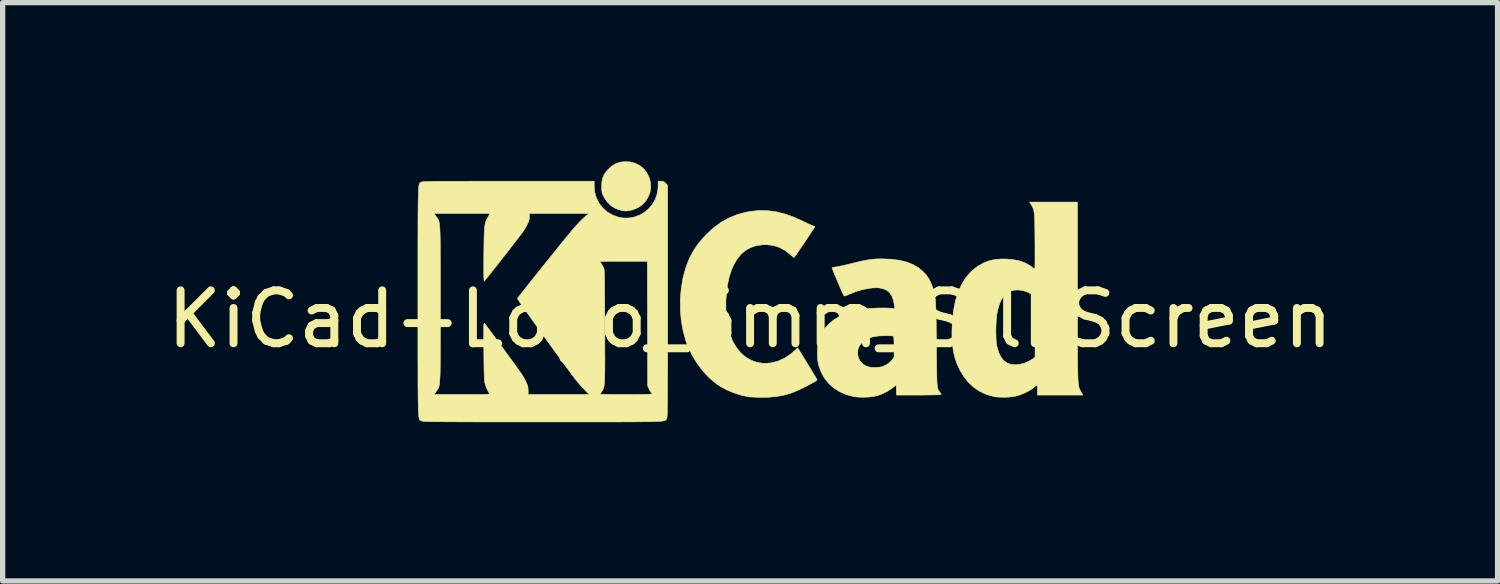
<source format=kicad_pcb>
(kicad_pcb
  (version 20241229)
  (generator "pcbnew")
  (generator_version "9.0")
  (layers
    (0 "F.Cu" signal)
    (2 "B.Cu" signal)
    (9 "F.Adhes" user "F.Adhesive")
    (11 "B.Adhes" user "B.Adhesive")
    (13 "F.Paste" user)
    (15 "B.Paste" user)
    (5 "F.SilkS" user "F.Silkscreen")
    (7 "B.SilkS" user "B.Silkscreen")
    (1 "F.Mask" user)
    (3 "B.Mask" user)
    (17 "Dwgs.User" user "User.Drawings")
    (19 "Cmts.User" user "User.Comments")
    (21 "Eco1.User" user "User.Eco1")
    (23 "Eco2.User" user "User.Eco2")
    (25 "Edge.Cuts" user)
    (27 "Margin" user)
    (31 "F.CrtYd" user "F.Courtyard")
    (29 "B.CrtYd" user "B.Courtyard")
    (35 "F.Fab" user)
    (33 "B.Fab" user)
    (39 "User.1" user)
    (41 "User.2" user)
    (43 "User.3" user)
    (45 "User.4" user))
  (footprint "KiCad-Logo_5mm_SilkScreen"
    (layer "F.Cu")
    (at 11.125 2.982)
    (property "Reference" "KiCad-Logo_5mm_SilkScreen" (at 0 0 0) (layer "F.SilkS") (effects (font (size 1 1) (thickness 0.15))))
    (attr exclude_from_pos_files exclude_from_bom)
    (fp_poly (pts (xy -2.273 -2.973) (xy -2.177 -2.949) (xy -2.09 -2.906) (xy -2.015 -2.847) (xy -1.954 -2.772) (xy -1.909 -2.683) (xy -1.883 -2.586) (xy -1.877 -2.489) (xy -1.892 -2.395) (xy -1.926 -2.307) (xy -1.977 -2.228) (xy -2.042 -2.16) (xy -2.121 -2.106) (xy -2.212 -2.068) (xy -2.263 -2.056) (xy -2.308 -2.048) (xy -2.342 -2.045) (xy -2.375 -2.047) (xy -2.415 -2.054) (xy -2.449 -2.061) (xy -2.542 -2.092) (xy -2.626 -2.143) (xy -2.698 -2.213) (xy -2.756 -2.298) (xy -2.77 -2.326) (xy -2.787 -2.362) (xy -2.797 -2.392) (xy -2.802 -2.425) (xy -2.805 -2.466) (xy -2.805 -2.512) (xy -2.801 -2.596) (xy -2.787 -2.665) (xy -2.762 -2.726) (xy -2.723 -2.784) (xy -2.684 -2.829) (xy -2.612 -2.895) (xy -2.537 -2.94) (xy -2.455 -2.967) (xy -2.377 -2.977) (xy -2.273 -2.973)) (stroke (width 0.01) (type solid)) (fill yes) (layer "F.SilkS"))
    (fp_poly (pts (xy 0.328 -2.051) (xy 0.489 -2.03) (xy 0.653 -1.99) (xy 0.822 -1.93) (xy 1 -1.851) (xy 1.011 -1.845) (xy 1.069 -1.817) (xy 1.121 -1.793) (xy 1.162 -1.775) (xy 1.19 -1.764) (xy 1.2 -1.761) (xy 1.219 -1.756) (xy 1.224 -1.752) (xy 1.218 -1.741) (xy 1.202 -1.715) (xy 1.177 -1.676) (xy 1.145 -1.626) (xy 1.107 -1.569) (xy 1.066 -1.507) (xy 1.023 -1.442) (xy 0.98 -1.379) (xy 0.939 -1.319) (xy 0.902 -1.265) (xy 0.871 -1.22) (xy 0.847 -1.186) (xy 0.832 -1.167) (xy 0.83 -1.165) (xy 0.82 -1.17) (xy 0.798 -1.187) (xy 0.767 -1.214) (xy 0.752 -1.228) (xy 0.655 -1.303) (xy 0.548 -1.359) (xy 0.433 -1.394) (xy 0.31 -1.408) (xy 0.241 -1.407) (xy 0.119 -1.39) (xy 0.01 -1.354) (xy -0.087 -1.299) (xy -0.174 -1.225) (xy -0.249 -1.131) (xy -0.314 -1.018) (xy -0.351 -0.931) (xy -0.395 -0.796) (xy -0.428 -0.648) (xy -0.448 -0.493) (xy -0.458 -0.333) (xy -0.456 -0.173) (xy -0.443 -0.016) (xy -0.419 0.133) (xy -0.384 0.271) (xy -0.338 0.395) (xy -0.322 0.429) (xy -0.253 0.543) (xy -0.173 0.64) (xy -0.081 0.718) (xy 0.02 0.777) (xy 0.13 0.816) (xy 0.247 0.834) (xy 0.289 0.835) (xy 0.41 0.824) (xy 0.531 0.791) (xy 0.649 0.737) (xy 0.762 0.663) (xy 0.854 0.585) (xy 0.9 0.54) (xy 1.081 0.837) (xy 1.127 0.911) (xy 1.168 0.98) (xy 1.204 1.039) (xy 1.233 1.088) (xy 1.254 1.124) (xy 1.265 1.144) (xy 1.266 1.147) (xy 1.258 1.157) (xy 1.233 1.174) (xy 1.193 1.197) (xy 1.142 1.225) (xy 1.084 1.255) (xy 1.021 1.287) (xy 0.958 1.318) (xy 0.896 1.346) (xy 0.839 1.371) (xy 0.791 1.391) (xy 0.768 1.399) (xy 0.634 1.437) (xy 0.496 1.462) (xy 0.349 1.475) (xy 0.222 1.477) (xy 0.154 1.476) (xy 0.088 1.474) (xy 0.031 1.471) (xy -0.013 1.468) (xy -0.027 1.466) (xy -0.166 1.438) (xy -0.307 1.392) (xy -0.445 1.334) (xy -0.572 1.264) (xy -0.649 1.211) (xy -0.777 1.103) (xy -0.895 0.977) (xy -1.002 0.835) (xy -1.095 0.681) (xy -1.173 0.518) (xy -1.217 0.401) (xy -1.267 0.217) (xy -1.301 0.023) (xy -1.318 -0.179) (xy -1.318 -0.382) (xy -1.301 -0.584) (xy -1.268 -0.781) (xy -1.217 -0.967) (xy -1.214 -0.978) (xy -1.151 -1.14) (xy -1.074 -1.288) (xy -0.981 -1.426) (xy -0.868 -1.558) (xy -0.825 -1.604) (xy -0.688 -1.728) (xy -0.549 -1.83) (xy -0.403 -1.912) (xy -0.249 -1.975) (xy -0.084 -2.02) (xy 0.011 -2.038) (xy 0.17 -2.054) (xy 0.328 -2.051)) (stroke (width 0.01) (type solid)) (fill yes) (layer "F.SilkS"))
    (fp_poly (pts (xy 6.187 -0.528) (xy 6.187 -0.293) (xy 6.187 -0.08) (xy 6.187 0.112) (xy 6.187 0.285) (xy 6.187 0.441) (xy 6.188 0.579) (xy 6.188 0.701) (xy 6.189 0.808) (xy 6.19 0.901) (xy 6.192 0.982) (xy 6.194 1.051) (xy 6.196 1.11) (xy 6.198 1.159) (xy 6.202 1.2) (xy 6.205 1.234) (xy 6.21 1.262) (xy 6.214 1.285) (xy 6.22 1.304) (xy 6.226 1.321) (xy 6.233 1.335) (xy 6.24 1.349) (xy 6.249 1.364) (xy 6.254 1.373) (xy 6.288 1.434) (xy 5.43 1.434) (xy 5.43 1.338) (xy 5.429 1.294) (xy 5.427 1.261) (xy 5.424 1.243) (xy 5.423 1.242) (xy 5.412 1.249) (xy 5.389 1.267) (xy 5.366 1.286) (xy 5.312 1.327) (xy 5.242 1.368) (xy 5.165 1.405) (xy 5.088 1.435) (xy 5.057 1.445) (xy 4.989 1.46) (xy 4.906 1.47) (xy 4.816 1.475) (xy 4.728 1.474) (xy 4.649 1.469) (xy 4.612 1.463) (xy 4.473 1.425) (xy 4.346 1.367) (xy 4.23 1.29) (xy 4.127 1.195) (xy 4.036 1.081) (xy 3.969 0.97) (xy 3.914 0.854) (xy 3.872 0.734) (xy 3.842 0.608) (xy 3.823 0.472) (xy 3.815 0.32) (xy 3.814 0.243) (xy 3.816 0.186) (xy 4.645 0.186) (xy 4.645 0.279) (xy 4.648 0.367) (xy 4.654 0.444) (xy 4.662 0.505) (xy 4.665 0.517) (xy 4.697 0.625) (xy 4.738 0.712) (xy 4.79 0.779) (xy 4.853 0.826) (xy 4.926 0.853) (xy 5.011 0.862) (xy 5.107 0.851) (xy 5.17 0.835) (xy 5.219 0.817) (xy 5.274 0.791) (xy 5.314 0.767) (xy 5.385 0.721) (xy 5.385 -0.429) (xy 5.317 -0.473) (xy 5.239 -0.514) (xy 5.155 -0.541) (xy 5.07 -0.553) (xy 4.988 -0.549) (xy 4.915 -0.53) (xy 4.883 -0.515) (xy 4.826 -0.472) (xy 4.777 -0.415) (xy 4.735 -0.342) (xy 4.701 -0.252) (xy 4.672 -0.141) (xy 4.671 -0.135) (xy 4.66 -0.073) (xy 4.653 0.005) (xy 4.648 0.093) (xy 4.645 0.186) (xy 3.816 0.186) (xy 3.822 0.03) (xy 3.844 -0.166) (xy 3.88 -0.345) (xy 3.93 -0.506) (xy 3.994 -0.65) (xy 4.071 -0.777) (xy 4.163 -0.886) (xy 4.268 -0.977) (xy 4.314 -1.008) (xy 4.415 -1.064) (xy 4.518 -1.104) (xy 4.628 -1.128) (xy 4.749 -1.138) (xy 4.842 -1.137) (xy 4.971 -1.126) (xy 5.084 -1.104) (xy 5.183 -1.07) (xy 5.271 -1.024) (xy 5.32 -0.99) (xy 5.349 -0.968) (xy 5.371 -0.953) (xy 5.379 -0.948) (xy 5.381 -0.959) (xy 5.382 -0.99) (xy 5.383 -1.037) (xy 5.384 -1.1) (xy 5.384 -1.173) (xy 5.384 -1.256) (xy 5.384 -1.344) (xy 5.384 -1.436) (xy 5.383 -1.528) (xy 5.382 -1.618) (xy 5.381 -1.704) (xy 5.38 -1.781) (xy 5.379 -1.848) (xy 5.377 -1.902) (xy 5.375 -1.94) (xy 5.375 -1.947) (xy 5.367 -2.018) (xy 5.356 -2.073) (xy 5.338 -2.12) (xy 5.312 -2.166) (xy 5.305 -2.176) (xy 5.281 -2.213) (xy 6.186 -2.213) (xy 6.187 -0.528)) (stroke (width 0.01) (type solid)) (fill yes) (layer "F.SilkS"))
    (fp_poly (pts (xy 2.674 -1.133) (xy 2.825 -1.113) (xy 2.961 -1.08) (xy 3.08 -1.032) (xy 3.185 -0.971) (xy 3.262 -0.907) (xy 3.331 -0.833) (xy 3.385 -0.753) (xy 3.428 -0.661) (xy 3.443 -0.618) (xy 3.456 -0.579) (xy 3.467 -0.543) (xy 3.477 -0.508) (xy 3.485 -0.472) (xy 3.492 -0.433) (xy 3.498 -0.39) (xy 3.503 -0.34) (xy 3.507 -0.283) (xy 3.51 -0.215) (xy 3.513 -0.136) (xy 3.515 -0.043) (xy 3.517 0.066) (xy 3.518 0.192) (xy 3.52 0.337) (xy 3.521 0.48) (xy 3.522 0.636) (xy 3.524 0.771) (xy 3.525 0.887) (xy 3.526 0.986) (xy 3.528 1.068) (xy 3.53 1.136) (xy 3.532 1.192) (xy 3.535 1.236) (xy 3.539 1.271) (xy 3.544 1.299) (xy 3.55 1.321) (xy 3.557 1.338) (xy 3.565 1.352) (xy 3.574 1.366) (xy 3.585 1.38) (xy 3.59 1.385) (xy 3.605 1.408) (xy 3.612 1.423) (xy 3.612 1.424) (xy 3.602 1.426) (xy 3.571 1.428) (xy 3.522 1.43) (xy 3.458 1.431) (xy 3.382 1.433) (xy 3.295 1.433) (xy 3.2 1.434) (xy 3.19 1.434) (xy 2.767 1.434) (xy 2.763 1.338) (xy 2.76 1.242) (xy 2.698 1.293) (xy 2.601 1.36) (xy 2.491 1.415) (xy 2.404 1.445) (xy 2.335 1.46) (xy 2.252 1.47) (xy 2.162 1.475) (xy 2.074 1.474) (xy 1.995 1.468) (xy 1.959 1.463) (xy 1.819 1.425) (xy 1.692 1.37) (xy 1.58 1.299) (xy 1.484 1.213) (xy 1.404 1.112) (xy 1.341 0.997) (xy 1.296 0.871) (xy 1.284 0.814) (xy 1.276 0.752) (xy 1.273 0.677) (xy 1.272 0.643) (xy 1.272 0.64) (xy 2.032 0.64) (xy 2.042 0.715) (xy 2.07 0.779) (xy 2.118 0.835) (xy 2.123 0.839) (xy 2.172 0.874) (xy 2.223 0.897) (xy 2.284 0.909) (xy 2.359 0.911) (xy 2.377 0.911) (xy 2.431 0.908) (xy 2.471 0.903) (xy 2.506 0.893) (xy 2.545 0.876) (xy 2.556 0.871) (xy 2.616 0.835) (xy 2.663 0.792) (xy 2.676 0.777) (xy 2.721 0.72) (xy 2.721 0.525) (xy 2.72 0.446) (xy 2.718 0.388) (xy 2.715 0.349) (xy 2.711 0.327) (xy 2.707 0.32) (xy 2.691 0.317) (xy 2.657 0.314) (xy 2.61 0.313) (xy 2.555 0.312) (xy 2.546 0.312) (xy 2.425 0.317) (xy 2.323 0.333) (xy 2.236 0.361) (xy 2.164 0.401) (xy 2.109 0.448) (xy 2.064 0.506) (xy 2.039 0.569) (xy 2.032 0.64) (xy 1.272 0.64) (xy 1.274 0.55) (xy 1.283 0.471) (xy 1.299 0.4) (xy 1.324 0.329) (xy 1.348 0.276) (xy 1.407 0.181) (xy 1.485 0.093) (xy 1.58 0.014) (xy 1.69 -0.055) (xy 1.813 -0.111) (xy 1.945 -0.154) (xy 2.009 -0.169) (xy 2.146 -0.191) (xy 2.294 -0.206) (xy 2.446 -0.212) (xy 2.572 -0.211) (xy 2.734 -0.204) (xy 2.727 -0.263) (xy 2.707 -0.362) (xy 2.676 -0.443) (xy 2.632 -0.506) (xy 2.575 -0.551) (xy 2.503 -0.58) (xy 2.416 -0.594) (xy 2.313 -0.591) (xy 2.275 -0.587) (xy 2.134 -0.562) (xy 1.997 -0.521) (xy 1.902 -0.483) (xy 1.857 -0.464) (xy 1.819 -0.448) (xy 1.792 -0.439) (xy 1.785 -0.437) (xy 1.775 -0.446) (xy 1.758 -0.475) (xy 1.734 -0.524) (xy 1.703 -0.594) (xy 1.665 -0.684) (xy 1.658 -0.7) (xy 1.628 -0.772) (xy 1.601 -0.838) (xy 1.578 -0.893) (xy 1.561 -0.936) (xy 1.55 -0.963) (xy 1.547 -0.972) (xy 1.557 -0.977) (xy 1.583 -0.982) (xy 1.611 -0.986) (xy 1.642 -0.991) (xy 1.689 -1) (xy 1.751 -1.013) (xy 1.821 -1.029) (xy 1.896 -1.047) (xy 1.925 -1.054) (xy 2.03 -1.08) (xy 2.117 -1.1) (xy 2.192 -1.115) (xy 2.258 -1.126) (xy 2.319 -1.133) (xy 2.381 -1.138) (xy 2.446 -1.14) (xy 2.504 -1.14) (xy 2.674 -1.133)) (stroke (width 0.01) (type solid)) (fill yes) (layer "F.SilkS"))
    (fp_poly (pts (xy -2.946 -2.511) (xy -2.936 -2.397) (xy -2.904 -2.289) (xy -2.853 -2.19) (xy -2.784 -2.102) (xy -2.699 -2.027) (xy -2.602 -1.97) (xy -2.496 -1.93) (xy -2.389 -1.911) (xy -2.283 -1.913) (xy -2.181 -1.932) (xy -2.085 -1.969) (xy -1.996 -2.021) (xy -1.917 -2.087) (xy -1.849 -2.167) (xy -1.796 -2.258) (xy -1.759 -2.359) (xy -1.74 -2.47) (xy -1.738 -2.52) (xy -1.738 -2.608) (xy -1.687 -2.608) (xy -1.65 -2.605) (xy -1.623 -2.593) (xy -1.596 -2.569) (xy -1.558 -2.531) (xy -1.558 -0.339) (xy -1.558 -0.077) (xy -1.558 0.163) (xy -1.558 0.383) (xy -1.558 0.583) (xy -1.558 0.764) (xy -1.558 0.928) (xy -1.559 1.074) (xy -1.559 1.205) (xy -1.559 1.32) (xy -1.56 1.421) (xy -1.561 1.509) (xy -1.561 1.585) (xy -1.562 1.65) (xy -1.563 1.704) (xy -1.564 1.749) (xy -1.565 1.786) (xy -1.567 1.815) (xy -1.568 1.837) (xy -1.57 1.854) (xy -1.572 1.866) (xy -1.574 1.874) (xy -1.576 1.88) (xy -1.577 1.882) (xy -1.581 1.889) (xy -1.585 1.895) (xy -1.589 1.901) (xy -1.594 1.906) (xy -1.601 1.911) (xy -1.611 1.916) (xy -1.625 1.92) (xy -1.645 1.923) (xy -1.669 1.926) (xy -1.701 1.929) (xy -1.741 1.931) (xy -1.789 1.934) (xy -1.846 1.935) (xy -1.914 1.937) (xy -1.994 1.938) (xy -2.085 1.939) (xy -2.19 1.94) (xy -2.309 1.94) (xy -2.443 1.941) (xy -2.593 1.941) (xy -2.76 1.941) (xy -2.945 1.942) (xy -3.149 1.942) (xy -3.372 1.942) (xy -3.616 1.941) (xy -3.881 1.941) (xy -3.92 1.941) (xy -4.187 1.941) (xy -4.432 1.941) (xy -4.657 1.941) (xy -4.861 1.941) (xy -5.047 1.941) (xy -5.215 1.941) (xy -5.366 1.94) (xy -5.501 1.94) (xy -5.62 1.939) (xy -5.725 1.939) (xy -5.817 1.938) (xy -5.896 1.938) (xy -5.964 1.937) (xy -6.021 1.936) (xy -6.069 1.935) (xy -6.107 1.933) (xy -6.138 1.932) (xy -6.162 1.931) (xy -6.18 1.929) (xy -6.192 1.927) (xy -6.201 1.925) (xy -6.205 1.923) (xy -6.214 1.92) (xy -6.221 1.917) (xy -6.229 1.915) (xy -6.235 1.911) (xy -6.241 1.906) (xy -6.246 1.897) (xy -6.251 1.885) (xy -6.255 1.869) (xy -6.259 1.846) (xy -6.262 1.818) (xy -6.265 1.781) (xy -6.268 1.737) (xy -6.27 1.683) (xy -6.271 1.618) (xy -6.273 1.543) (xy -6.274 1.455) (xy -6.275 1.354) (xy -6.276 1.239) (xy -6.276 1.11) (xy -6.276 0.964) (xy -6.277 0.802) (xy -6.277 0.621) (xy -6.277 0.422) (xy -6.277 0.204) (xy -6.277 -0.035) (xy -6.277 -0.296) (xy -6.277 -0.338) (xy -6.277 -0.601) (xy -6.277 -0.842) (xy -6.277 -1.063) (xy -6.277 -1.264) (xy -6.277 -1.446) (xy -6.276 -1.61) (xy -6.276 -1.757) (xy -6.276 -1.888) (xy -6.275 -1.998) (xy -5.972 -1.998) (xy -5.932 -1.94) (xy -5.921 -1.925) (xy -5.911 -1.911) (xy -5.902 -1.897) (xy -5.894 -1.883) (xy -5.887 -1.868) (xy -5.881 -1.849) (xy -5.875 -1.826) (xy -5.871 -1.798) (xy -5.867 -1.764) (xy -5.863 -1.722) (xy -5.861 -1.67) (xy -5.858 -1.609) (xy -5.857 -1.537) (xy -5.855 -1.452) (xy -5.855 -1.354) (xy -5.854 -1.24) (xy -5.853 -1.111) (xy -5.853 -0.965) (xy -5.853 -0.8) (xy -5.853 -0.616) (xy -5.853 -0.41) (xy -5.853 -0.288) (xy -5.853 -0.071) (xy -5.853 0.125) (xy -5.853 0.3) (xy -5.853 0.456) (xy -5.854 0.595) (xy -5.854 0.717) (xy -5.855 0.823) (xy -5.856 0.915) (xy -5.857 0.994) (xy -5.859 1.062) (xy -5.862 1.118) (xy -5.865 1.165) (xy -5.868 1.204) (xy -5.872 1.235) (xy -5.877 1.261) (xy -5.883 1.282) (xy -5.89 1.299) (xy -5.897 1.314) (xy -5.906 1.327) (xy -5.915 1.341) (xy -5.925 1.356) (xy -5.932 1.365) (xy -5.97 1.422) (xy -5.439 1.422) (xy -5.315 1.422) (xy -5.213 1.422) (xy -5.129 1.422) (xy -5.063 1.421) (xy -5.012 1.42) (xy -4.974 1.419) (xy -4.948 1.417) (xy -4.932 1.415) (xy -4.923 1.412) (xy -4.921 1.408) (xy -4.923 1.404) (xy -4.925 1.403) (xy -4.95 1.366) (xy -4.976 1.313) (xy -4.999 1.251) (xy -5.007 1.224) (xy -5.012 1.206) (xy -5.016 1.185) (xy -5.019 1.159) (xy -5.022 1.126) (xy -5.024 1.083) (xy -5.026 1.028) (xy -5.028 0.96) (xy -5.029 0.877) (xy -5.03 0.775) (xy -5.031 0.654) (xy -5.032 0.61) (xy -5.033 0.484) (xy -5.033 0.38) (xy -5.034 0.295) (xy -5.034 0.227) (xy -5.034 0.174) (xy -5.033 0.135) (xy -5.031 0.107) (xy -5.029 0.09) (xy -5.027 0.081) (xy -5.023 0.078) (xy -5.019 0.08) (xy -5.015 0.085) (xy -5.004 0.098) (xy -4.982 0.127) (xy -4.95 0.17) (xy -4.909 0.225) (xy -4.861 0.289) (xy -4.808 0.362) (xy -4.751 0.44) (xy -4.691 0.521) (xy -4.631 0.603) (xy -4.572 0.685) (xy -4.514 0.763) (xy -4.461 0.836) (xy -4.413 0.902) (xy -4.373 0.959) (xy -4.341 1.004) (xy -4.318 1.035) (xy -4.314 1.041) (xy -4.291 1.078) (xy -4.264 1.126) (xy -4.239 1.176) (xy -4.236 1.183) (xy -4.214 1.231) (xy -4.201 1.268) (xy -4.196 1.304) (xy -4.194 1.346) (xy -4.195 1.422) (xy -3.041 1.422) (xy -3.132 1.329) (xy -3.179 1.279) (xy -3.229 1.222) (xy -3.275 1.168) (xy -3.295 1.143) (xy -3.326 1.103) (xy -3.366 1.05) (xy -3.414 0.985) (xy -3.47 0.909) (xy -3.532 0.825) (xy -3.599 0.733) (xy -3.669 0.636) (xy -3.743 0.535) (xy -3.817 0.432) (xy -3.892 0.328) (xy -3.966 0.225) (xy -4.038 0.125) (xy -4.106 0.029) (xy -4.17 -0.061) (xy -4.229 -0.144) (xy -4.28 -0.218) (xy -4.324 -0.28) (xy -4.359 -0.33) (xy -4.383 -0.367) (xy -4.396 -0.387) (xy -4.398 -0.391) (xy -4.39 -0.403) (xy -4.369 -0.43) (xy -4.337 -0.471) (xy -4.294 -0.525) (xy -4.243 -0.589) (xy -4.185 -0.663) (xy -4.12 -0.744) (xy -4.051 -0.831) (xy -3.979 -0.921) (xy -3.904 -1.014) (xy -3.845 -1.088) (xy -2.834 -1.088) (xy -2.828 -1.075) (xy -2.813 -1.053) (xy -2.812 -1.052) (xy -2.793 -1.021) (xy -2.774 -0.985) (xy -2.77 -0.976) (xy -2.766 -0.968) (xy -2.763 -0.958) (xy -2.76 -0.945) (xy -2.758 -0.927) (xy -2.756 -0.904) (xy -2.754 -0.873) (xy -2.753 -0.833) (xy -2.751 -0.784) (xy -2.75 -0.723) (xy -2.749 -0.649) (xy -2.749 -0.561) (xy -2.748 -0.457) (xy -2.747 -0.337) (xy -2.747 -0.198) (xy -2.746 -0.039) (xy -2.746 0.14) (xy -2.745 0.325) (xy -2.745 0.489) (xy -2.745 0.633) (xy -2.744 0.759) (xy -2.745 0.868) (xy -2.745 0.961) (xy -2.747 1.04) (xy -2.748 1.106) (xy -2.75 1.161) (xy -2.753 1.206) (xy -2.757 1.242) (xy -2.761 1.271) (xy -2.766 1.295) (xy -2.772 1.313) (xy -2.779 1.329) (xy -2.787 1.344) (xy -2.797 1.358) (xy -2.805 1.37) (xy -2.822 1.396) (xy -2.832 1.414) (xy -2.834 1.417) (xy -2.823 1.418) (xy -2.791 1.419) (xy -2.742 1.42) (xy -2.677 1.421) (xy -2.599 1.422) (xy -2.51 1.422) (xy -2.411 1.422) (xy -2.342 1.422) (xy -2.237 1.422) (xy -2.141 1.422) (xy -2.054 1.421) (xy -1.98 1.419) (xy -1.921 1.418) (xy -1.879 1.416) (xy -1.855 1.414) (xy -1.851 1.412) (xy -1.859 1.398) (xy -1.867 1.39) (xy -1.88 1.372) (xy -1.897 1.342) (xy -1.909 1.318) (xy -1.936 1.259) (xy -1.939 0.082) (xy -1.942 -1.095) (xy -2.388 -1.095) (xy -2.486 -1.095) (xy -2.576 -1.094) (xy -2.657 -1.094) (xy -2.725 -1.093) (xy -2.779 -1.092) (xy -2.815 -1.09) (xy -2.833 -1.089) (xy -2.834 -1.088) (xy -3.845 -1.088) (xy -3.829 -1.107) (xy -3.755 -1.199) (xy -3.683 -1.289) (xy -3.615 -1.374) (xy -3.551 -1.452) (xy -3.494 -1.523) (xy -3.444 -1.584) (xy -3.403 -1.633) (xy -3.386 -1.654) (xy -3.3 -1.754) (xy -3.223 -1.838) (xy -3.154 -1.906) (xy -3.091 -1.96) (xy -3.082 -1.967) (xy -3.042 -1.998) (xy -4.174 -1.998) (xy -4.169 -1.95) (xy -4.172 -1.893) (xy -4.194 -1.825) (xy -4.234 -1.745) (xy -4.279 -1.673) (xy -4.295 -1.65) (xy -4.323 -1.612) (xy -4.361 -1.562) (xy -4.408 -1.501) (xy -4.462 -1.432) (xy -4.52 -1.356) (xy -4.582 -1.276) (xy -4.646 -1.194) (xy -4.71 -1.112) (xy -4.773 -1.032) (xy -4.832 -0.957) (xy -4.887 -0.888) (xy -4.935 -0.828) (xy -4.974 -0.778) (xy -5.004 -0.742) (xy -5.022 -0.72) (xy -5.025 -0.717) (xy -5.028 -0.725) (xy -5.03 -0.755) (xy -5.032 -0.807) (xy -5.033 -0.881) (xy -5.033 -0.977) (xy -5.033 -1.094) (xy -5.032 -1.214) (xy -5.03 -1.346) (xy -5.029 -1.457) (xy -5.027 -1.551) (xy -5.024 -1.629) (xy -5.021 -1.692) (xy -5.016 -1.745) (xy -5.009 -1.788) (xy -5.002 -1.823) (xy -4.992 -1.854) (xy -4.98 -1.882) (xy -4.965 -1.91) (xy -4.95 -1.935) (xy -4.912 -1.998) (xy -5.972 -1.998) (xy -6.275 -1.998) (xy -6.275 -2.004) (xy -6.274 -2.106) (xy -6.273 -2.195) (xy -6.272 -2.272) (xy -6.27 -2.337) (xy -6.269 -2.393) (xy -6.266 -2.438) (xy -6.264 -2.475) (xy -6.261 -2.505) (xy -6.258 -2.528) (xy -6.254 -2.546) (xy -6.25 -2.559) (xy -6.245 -2.568) (xy -6.24 -2.574) (xy -6.234 -2.579) (xy -6.228 -2.582) (xy -6.222 -2.586) (xy -6.216 -2.589) (xy -6.21 -2.592) (xy -6.202 -2.594) (xy -6.19 -2.596) (xy -6.173 -2.598) (xy -6.149 -2.6) (xy -6.118 -2.601) (xy -6.079 -2.602) (xy -6.03 -2.603) (xy -5.971 -2.604) (xy -5.899 -2.605) (xy -5.815 -2.606) (xy -5.718 -2.606) (xy -5.605 -2.607) (xy -5.476 -2.607) (xy -5.33 -2.607) (xy -5.166 -2.608) (xy -4.982 -2.608) (xy -4.778 -2.608) (xy -4.567 -2.608) (xy -2.946 -2.608) (xy -2.946 -2.511)) (stroke (width 0.01) (type solid)) (fill yes) (layer "F.SilkS")))
  (gr_rect
    (start -3 -3)
    (end 25.25 7.929)
    (stroke (width 0.1) (type default))
    (fill no)
    (layer "Edge.Cuts")))
</source>
